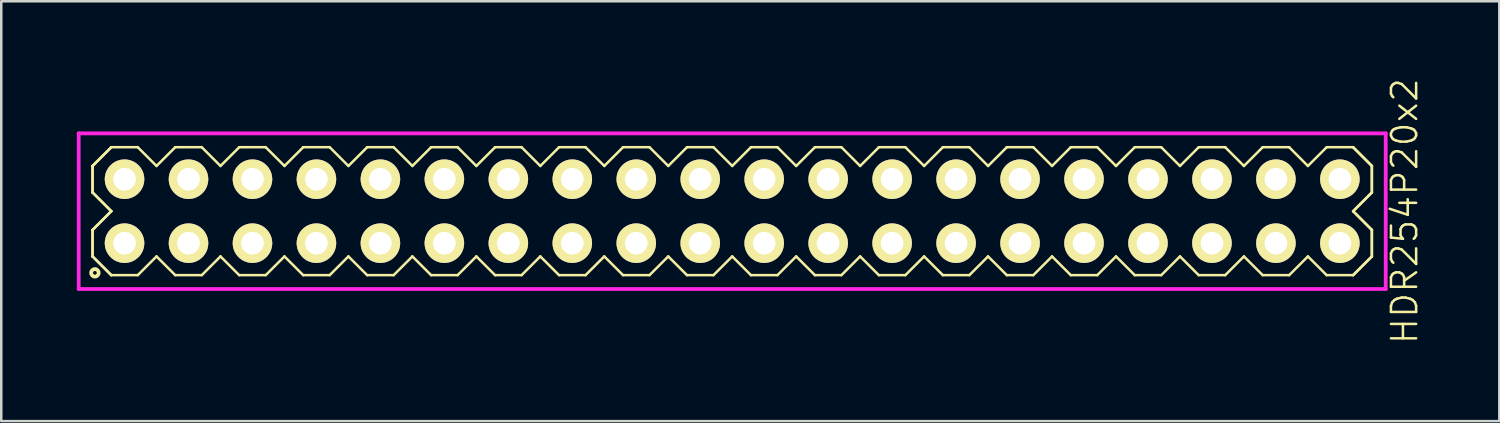
<source format=kicad_pcb>
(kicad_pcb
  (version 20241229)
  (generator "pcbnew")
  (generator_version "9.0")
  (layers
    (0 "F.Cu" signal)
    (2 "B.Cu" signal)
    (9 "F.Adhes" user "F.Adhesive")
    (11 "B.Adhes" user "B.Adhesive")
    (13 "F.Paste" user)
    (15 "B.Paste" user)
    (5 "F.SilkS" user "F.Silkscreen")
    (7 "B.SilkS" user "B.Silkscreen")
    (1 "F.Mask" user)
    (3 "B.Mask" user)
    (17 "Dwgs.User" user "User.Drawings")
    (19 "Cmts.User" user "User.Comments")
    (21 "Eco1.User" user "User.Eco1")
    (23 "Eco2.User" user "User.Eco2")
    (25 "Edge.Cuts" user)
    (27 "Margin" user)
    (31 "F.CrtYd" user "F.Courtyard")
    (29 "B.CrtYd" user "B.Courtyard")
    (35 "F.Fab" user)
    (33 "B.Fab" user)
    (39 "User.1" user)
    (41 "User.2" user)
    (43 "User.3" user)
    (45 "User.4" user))
  (footprint "HDR254P20x2"
    (layer "F.Cu")
    (at 26.025 5.336)
    (property "Reference" "HDR254P20x2" (at 26.7 0 90) (layer "F.SilkS") (effects (font (size 1 1) (thickness 0.1))))
    (attr through_hole)
    (fp_line (start -25.4 -1.796) (end -24.656 -2.54) (stroke (width 0.1) (type solid)) (layer "F.SilkS"))
    (fp_line (start -25.4 -1.796) (end -24.656 -2.54) (stroke (width 0.1) (type solid)) (layer "F.SilkS"))
    (fp_line (start -25.4 -0.744) (end -25.4 -1.796) (stroke (width 0.1) (type solid)) (layer "F.SilkS"))
    (fp_line (start -25.4 -0.744) (end -25.4 -1.796) (stroke (width 0.1) (type solid)) (layer "F.SilkS"))
    (fp_line (start -25.4 0.744) (end -24.656 0) (stroke (width 0.1) (type solid)) (layer "F.SilkS"))
    (fp_line (start -25.4 0.744) (end -24.656 0) (stroke (width 0.1) (type solid)) (layer "F.SilkS"))
    (fp_line (start -25.4 1.796) (end -25.4 0.744) (stroke (width 0.1) (type solid)) (layer "F.SilkS"))
    (fp_line (start -25.4 1.796) (end -25.4 0.744) (stroke (width 0.1) (type solid)) (layer "F.SilkS"))
    (fp_line (start -24.656 -2.54) (end -23.604 -2.54) (stroke (width 0.1) (type solid)) (layer "F.SilkS"))
    (fp_line (start -24.656 0) (end -25.4 -0.744) (stroke (width 0.1) (type solid)) (layer "F.SilkS"))
    (fp_line (start -24.656 0) (end -25.4 -0.744) (stroke (width 0.1) (type solid)) (layer "F.SilkS"))
    (fp_line (start -24.656 2.54) (end -25.4 1.796) (stroke (width 0.1) (type solid)) (layer "F.SilkS"))
    (fp_line (start -24.656 2.54) (end -25.4 1.796) (stroke (width 0.1) (type solid)) (layer "F.SilkS"))
    (fp_line (start -23.604 -2.54) (end -22.86 -1.796) (stroke (width 0.1) (type solid)) (layer "F.SilkS"))
    (fp_line (start -23.604 2.54) (end -24.656 2.54) (stroke (width 0.1) (type solid)) (layer "F.SilkS"))
    (fp_line (start -22.86 -1.796) (end -22.116 -2.54) (stroke (width 0.1) (type solid)) (layer "F.SilkS"))
    (fp_line (start -22.86 1.796) (end -23.604 2.54) (stroke (width 0.1) (type solid)) (layer "F.SilkS"))
    (fp_line (start -22.116 -2.54) (end -21.064 -2.54) (stroke (width 0.1) (type solid)) (layer "F.SilkS"))
    (fp_line (start -22.116 2.54) (end -22.86 1.796) (stroke (width 0.1) (type solid)) (layer "F.SilkS"))
    (fp_line (start -21.064 -2.54) (end -20.32 -1.796) (stroke (width 0.1) (type solid)) (layer "F.SilkS"))
    (fp_line (start -21.064 2.54) (end -22.116 2.54) (stroke (width 0.1) (type solid)) (layer "F.SilkS"))
    (fp_line (start -20.32 -1.796) (end -19.576 -2.54) (stroke (width 0.1) (type solid)) (layer "F.SilkS"))
    (fp_line (start -20.32 1.796) (end -21.064 2.54) (stroke (width 0.1) (type solid)) (layer "F.SilkS"))
    (fp_line (start -19.576 -2.54) (end -18.524 -2.54) (stroke (width 0.1) (type solid)) (layer "F.SilkS"))
    (fp_line (start -19.576 2.54) (end -20.32 1.796) (stroke (width 0.1) (type solid)) (layer "F.SilkS"))
    (fp_line (start -18.524 -2.54) (end -17.78 -1.796) (stroke (width 0.1) (type solid)) (layer "F.SilkS"))
    (fp_line (start -18.524 2.54) (end -19.576 2.54) (stroke (width 0.1) (type solid)) (layer "F.SilkS"))
    (fp_line (start -17.78 -1.796) (end -17.036 -2.54) (stroke (width 0.1) (type solid)) (layer "F.SilkS"))
    (fp_line (start -17.78 1.796) (end -18.524 2.54) (stroke (width 0.1) (type solid)) (layer "F.SilkS"))
    (fp_line (start -17.036 -2.54) (end -15.984 -2.54) (stroke (width 0.1) (type solid)) (layer "F.SilkS"))
    (fp_line (start -17.036 2.54) (end -17.78 1.796) (stroke (width 0.1) (type solid)) (layer "F.SilkS"))
    (fp_line (start -15.984 -2.54) (end -15.24 -1.796) (stroke (width 0.1) (type solid)) (layer "F.SilkS"))
    (fp_line (start -15.984 2.54) (end -17.036 2.54) (stroke (width 0.1) (type solid)) (layer "F.SilkS"))
    (fp_line (start -15.24 -1.796) (end -14.496 -2.54) (stroke (width 0.1) (type solid)) (layer "F.SilkS"))
    (fp_line (start -15.24 1.796) (end -15.984 2.54) (stroke (width 0.1) (type solid)) (layer "F.SilkS"))
    (fp_line (start -14.496 -2.54) (end -13.444 -2.54) (stroke (width 0.1) (type solid)) (layer "F.SilkS"))
    (fp_line (start -14.496 2.54) (end -15.24 1.796) (stroke (width 0.1) (type solid)) (layer "F.SilkS"))
    (fp_line (start -13.444 -2.54) (end -12.7 -1.796) (stroke (width 0.1) (type solid)) (layer "F.SilkS"))
    (fp_line (start -13.444 2.54) (end -14.496 2.54) (stroke (width 0.1) (type solid)) (layer "F.SilkS"))
    (fp_line (start -12.7 -1.796) (end -11.956 -2.54) (stroke (width 0.1) (type solid)) (layer "F.SilkS"))
    (fp_line (start -12.7 1.796) (end -13.444 2.54) (stroke (width 0.1) (type solid)) (layer "F.SilkS"))
    (fp_line (start -11.956 -2.54) (end -10.904 -2.54) (stroke (width 0.1) (type solid)) (layer "F.SilkS"))
    (fp_line (start -11.956 2.54) (end -12.7 1.796) (stroke (width 0.1) (type solid)) (layer "F.SilkS"))
    (fp_line (start -10.904 -2.54) (end -10.16 -1.796) (stroke (width 0.1) (type solid)) (layer "F.SilkS"))
    (fp_line (start -10.904 2.54) (end -11.956 2.54) (stroke (width 0.1) (type solid)) (layer "F.SilkS"))
    (fp_line (start -10.16 -1.796) (end -9.416 -2.54) (stroke (width 0.1) (type solid)) (layer "F.SilkS"))
    (fp_line (start -10.16 1.796) (end -10.904 2.54) (stroke (width 0.1) (type solid)) (layer "F.SilkS"))
    (fp_line (start -9.416 -2.54) (end -8.364 -2.54) (stroke (width 0.1) (type solid)) (layer "F.SilkS"))
    (fp_line (start -9.416 2.54) (end -10.16 1.796) (stroke (width 0.1) (type solid)) (layer "F.SilkS"))
    (fp_line (start -8.364 -2.54) (end -7.62 -1.796) (stroke (width 0.1) (type solid)) (layer "F.SilkS"))
    (fp_line (start -8.364 2.54) (end -9.416 2.54) (stroke (width 0.1) (type solid)) (layer "F.SilkS"))
    (fp_line (start -7.62 -1.796) (end -6.876 -2.54) (stroke (width 0.1) (type solid)) (layer "F.SilkS"))
    (fp_line (start -7.62 1.796) (end -8.364 2.54) (stroke (width 0.1) (type solid)) (layer "F.SilkS"))
    (fp_line (start -6.876 -2.54) (end -5.824 -2.54) (stroke (width 0.1) (type solid)) (layer "F.SilkS"))
    (fp_line (start -6.876 2.54) (end -7.62 1.796) (stroke (width 0.1) (type solid)) (layer "F.SilkS"))
    (fp_line (start -5.824 -2.54) (end -5.08 -1.796) (stroke (width 0.1) (type solid)) (layer "F.SilkS"))
    (fp_line (start -5.824 2.54) (end -6.876 2.54) (stroke (width 0.1) (type solid)) (layer "F.SilkS"))
    (fp_line (start -5.08 -1.796) (end -4.336 -2.54) (stroke (width 0.1) (type solid)) (layer "F.SilkS"))
    (fp_line (start -5.08 1.796) (end -5.824 2.54) (stroke (width 0.1) (type solid)) (layer "F.SilkS"))
    (fp_line (start -4.336 -2.54) (end -3.284 -2.54) (stroke (width 0.1) (type solid)) (layer "F.SilkS"))
    (fp_line (start -4.336 2.54) (end -5.08 1.796) (stroke (width 0.1) (type solid)) (layer "F.SilkS"))
    (fp_line (start -3.284 -2.54) (end -2.54 -1.796) (stroke (width 0.1) (type solid)) (layer "F.SilkS"))
    (fp_line (start -3.284 2.54) (end -4.336 2.54) (stroke (width 0.1) (type solid)) (layer "F.SilkS"))
    (fp_line (start -2.54 -1.796) (end -1.796 -2.54) (stroke (width 0.1) (type solid)) (layer "F.SilkS"))
    (fp_line (start -2.54 1.796) (end -3.284 2.54) (stroke (width 0.1) (type solid)) (layer "F.SilkS"))
    (fp_line (start -1.796 -2.54) (end -0.744 -2.54) (stroke (width 0.1) (type solid)) (layer "F.SilkS"))
    (fp_line (start -1.796 2.54) (end -2.54 1.796) (stroke (width 0.1) (type solid)) (layer "F.SilkS"))
    (fp_line (start -0.744 -2.54) (end 0 -1.796) (stroke (width 0.1) (type solid)) (layer "F.SilkS"))
    (fp_line (start -0.744 2.54) (end -1.796 2.54) (stroke (width 0.1) (type solid)) (layer "F.SilkS"))
    (fp_line (start 0 -1.796) (end 0.744 -2.54) (stroke (width 0.1) (type solid)) (layer "F.SilkS"))
    (fp_line (start 0 1.796) (end -0.744 2.54) (stroke (width 0.1) (type solid)) (layer "F.SilkS"))
    (fp_line (start 0.744 -2.54) (end 1.796 -2.54) (stroke (width 0.1) (type solid)) (layer "F.SilkS"))
    (fp_line (start 0.744 2.54) (end 0 1.796) (stroke (width 0.1) (type solid)) (layer "F.SilkS"))
    (fp_line (start 1.796 -2.54) (end 2.54 -1.796) (stroke (width 0.1) (type solid)) (layer "F.SilkS"))
    (fp_line (start 1.796 2.54) (end 0.744 2.54) (stroke (width 0.1) (type solid)) (layer "F.SilkS"))
    (fp_line (start 2.54 -1.796) (end 3.284 -2.54) (stroke (width 0.1) (type solid)) (layer "F.SilkS"))
    (fp_line (start 2.54 1.796) (end 1.796 2.54) (stroke (width 0.1) (type solid)) (layer "F.SilkS"))
    (fp_line (start 3.284 -2.54) (end 4.336 -2.54) (stroke (width 0.1) (type solid)) (layer "F.SilkS"))
    (fp_line (start 3.284 2.54) (end 2.54 1.796) (stroke (width 0.1) (type solid)) (layer "F.SilkS"))
    (fp_line (start 4.336 -2.54) (end 5.08 -1.796) (stroke (width 0.1) (type solid)) (layer "F.SilkS"))
    (fp_line (start 4.336 2.54) (end 3.284 2.54) (stroke (width 0.1) (type solid)) (layer "F.SilkS"))
    (fp_line (start 5.08 -1.796) (end 5.824 -2.54) (stroke (width 0.1) (type solid)) (layer "F.SilkS"))
    (fp_line (start 5.08 1.796) (end 4.336 2.54) (stroke (width 0.1) (type solid)) (layer "F.SilkS"))
    (fp_line (start 5.824 -2.54) (end 6.876 -2.54) (stroke (width 0.1) (type solid)) (layer "F.SilkS"))
    (fp_line (start 5.824 2.54) (end 5.08 1.796) (stroke (width 0.1) (type solid)) (layer "F.SilkS"))
    (fp_line (start 6.876 -2.54) (end 7.62 -1.796) (stroke (width 0.1) (type solid)) (layer "F.SilkS"))
    (fp_line (start 6.876 2.54) (end 5.824 2.54) (stroke (width 0.1) (type solid)) (layer "F.SilkS"))
    (fp_line (start 7.62 -1.796) (end 8.364 -2.54) (stroke (width 0.1) (type solid)) (layer "F.SilkS"))
    (fp_line (start 7.62 1.796) (end 6.876 2.54) (stroke (width 0.1) (type solid)) (layer "F.SilkS"))
    (fp_line (start 8.364 -2.54) (end 9.416 -2.54) (stroke (width 0.1) (type solid)) (layer "F.SilkS"))
    (fp_line (start 8.364 2.54) (end 7.62 1.796) (stroke (width 0.1) (type solid)) (layer "F.SilkS"))
    (fp_line (start 9.416 -2.54) (end 10.16 -1.796) (stroke (width 0.1) (type solid)) (layer "F.SilkS"))
    (fp_line (start 9.416 2.54) (end 8.364 2.54) (stroke (width 0.1) (type solid)) (layer "F.SilkS"))
    (fp_line (start 10.16 -1.796) (end 10.904 -2.54) (stroke (width 0.1) (type solid)) (layer "F.SilkS"))
    (fp_line (start 10.16 1.796) (end 9.416 2.54) (stroke (width 0.1) (type solid)) (layer "F.SilkS"))
    (fp_line (start 10.904 -2.54) (end 11.956 -2.54) (stroke (width 0.1) (type solid)) (layer "F.SilkS"))
    (fp_line (start 10.904 2.54) (end 10.16 1.796) (stroke (width 0.1) (type solid)) (layer "F.SilkS"))
    (fp_line (start 11.956 -2.54) (end 12.7 -1.796) (stroke (width 0.1) (type solid)) (layer "F.SilkS"))
    (fp_line (start 11.956 2.54) (end 10.904 2.54) (stroke (width 0.1) (type solid)) (layer "F.SilkS"))
    (fp_line (start 12.7 -1.796) (end 13.444 -2.54) (stroke (width 0.1) (type solid)) (layer "F.SilkS"))
    (fp_line (start 12.7 1.796) (end 11.956 2.54) (stroke (width 0.1) (type solid)) (layer "F.SilkS"))
    (fp_line (start 13.444 -2.54) (end 14.496 -2.54) (stroke (width 0.1) (type solid)) (layer "F.SilkS"))
    (fp_line (start 13.444 2.54) (end 12.7 1.796) (stroke (width 0.1) (type solid)) (layer "F.SilkS"))
    (fp_line (start 14.496 -2.54) (end 15.24 -1.796) (stroke (width 0.1) (type solid)) (layer "F.SilkS"))
    (fp_line (start 14.496 2.54) (end 13.444 2.54) (stroke (width 0.1) (type solid)) (layer "F.SilkS"))
    (fp_line (start 15.24 -1.796) (end 15.984 -2.54) (stroke (width 0.1) (type solid)) (layer "F.SilkS"))
    (fp_line (start 15.24 1.796) (end 14.496 2.54) (stroke (width 0.1) (type solid)) (layer "F.SilkS"))
    (fp_line (start 15.984 -2.54) (end 17.036 -2.54) (stroke (width 0.1) (type solid)) (layer "F.SilkS"))
    (fp_line (start 15.984 2.54) (end 15.24 1.796) (stroke (width 0.1) (type solid)) (layer "F.SilkS"))
    (fp_line (start 17.036 -2.54) (end 17.78 -1.796) (stroke (width 0.1) (type solid)) (layer "F.SilkS"))
    (fp_line (start 17.036 2.54) (end 15.984 2.54) (stroke (width 0.1) (type solid)) (layer "F.SilkS"))
    (fp_line (start 17.78 -1.796) (end 18.524 -2.54) (stroke (width 0.1) (type solid)) (layer "F.SilkS"))
    (fp_line (start 17.78 1.796) (end 17.036 2.54) (stroke (width 0.1) (type solid)) (layer "F.SilkS"))
    (fp_line (start 18.524 -2.54) (end 19.576 -2.54) (stroke (width 0.1) (type solid)) (layer "F.SilkS"))
    (fp_line (start 18.524 2.54) (end 17.78 1.796) (stroke (width 0.1) (type solid)) (layer "F.SilkS"))
    (fp_line (start 19.576 -2.54) (end 20.32 -1.796) (stroke (width 0.1) (type solid)) (layer "F.SilkS"))
    (fp_line (start 19.576 2.54) (end 18.524 2.54) (stroke (width 0.1) (type solid)) (layer "F.SilkS"))
    (fp_line (start 20.32 -1.796) (end 21.064 -2.54) (stroke (width 0.1) (type solid)) (layer "F.SilkS"))
    (fp_line (start 20.32 1.796) (end 19.576 2.54) (stroke (width 0.1) (type solid)) (layer "F.SilkS"))
    (fp_line (start 21.064 -2.54) (end 22.116 -2.54) (stroke (width 0.1) (type solid)) (layer "F.SilkS"))
    (fp_line (start 21.064 2.54) (end 20.32 1.796) (stroke (width 0.1) (type solid)) (layer "F.SilkS"))
    (fp_line (start 22.116 -2.54) (end 22.86 -1.796) (stroke (width 0.1) (type solid)) (layer "F.SilkS"))
    (fp_line (start 22.116 2.54) (end 21.064 2.54) (stroke (width 0.1) (type solid)) (layer "F.SilkS"))
    (fp_line (start 22.86 -1.796) (end 23.604 -2.54) (stroke (width 0.1) (type solid)) (layer "F.SilkS"))
    (fp_line (start 22.86 1.796) (end 22.116 2.54) (stroke (width 0.1) (type solid)) (layer "F.SilkS"))
    (fp_line (start 23.604 -2.54) (end 24.656 -2.54) (stroke (width 0.1) (type solid)) (layer "F.SilkS"))
    (fp_line (start 23.604 2.54) (end 22.86 1.796) (stroke (width 0.1) (type solid)) (layer "F.SilkS"))
    (fp_line (start 24.656 -2.54) (end 25.4 -1.796) (stroke (width 0.1) (type solid)) (layer "F.SilkS"))
    (fp_line (start 24.656 -2.54) (end 25.4 -1.796) (stroke (width 0.1) (type solid)) (layer "F.SilkS"))
    (fp_line (start 24.656 0) (end 25.4 0.744) (stroke (width 0.1) (type solid)) (layer "F.SilkS"))
    (fp_line (start 24.656 0) (end 25.4 0.744) (stroke (width 0.1) (type solid)) (layer "F.SilkS"))
    (fp_line (start 24.656 2.54) (end 23.604 2.54) (stroke (width 0.1) (type solid)) (layer "F.SilkS"))
    (fp_line (start 25.4 -1.796) (end 25.4 -0.744) (stroke (width 0.1) (type solid)) (layer "F.SilkS"))
    (fp_line (start 25.4 -1.796) (end 25.4 -0.744) (stroke (width 0.1) (type solid)) (layer "F.SilkS"))
    (fp_line (start 25.4 -0.744) (end 24.656 0) (stroke (width 0.1) (type solid)) (layer "F.SilkS"))
    (fp_line (start 25.4 -0.744) (end 24.656 0) (stroke (width 0.1) (type solid)) (layer "F.SilkS"))
    (fp_line (start 25.4 0.744) (end 25.4 1.796) (stroke (width 0.1) (type solid)) (layer "F.SilkS"))
    (fp_line (start 25.4 0.744) (end 25.4 1.796) (stroke (width 0.1) (type solid)) (layer "F.SilkS"))
    (fp_line (start 25.4 1.796) (end 24.656 2.54) (stroke (width 0.1) (type solid)) (layer "F.SilkS"))
    (fp_line (start 25.4 1.796) (end 24.656 2.54) (stroke (width 0.1) (type solid)) (layer "F.SilkS"))
    (fp_circle (center -25.307 2.448) (end -25.158 2.448) (stroke (width 0.15) (type solid)) (fill no) (layer "F.SilkS"))
    (fp_line (start -25.95 -3.09) (end -25.95 3.09) (stroke (width 0.15) (type solid)) (layer "F.CrtYd"))
    (fp_line (start -25.95 3.09) (end 25.95 3.09) (stroke (width 0.15) (type solid)) (layer "F.CrtYd"))
    (fp_line (start 25.95 -3.09) (end -25.95 -3.09) (stroke (width 0.15) (type solid)) (layer "F.CrtYd"))
    (fp_line (start 25.95 3.09) (end 25.95 -3.09) (stroke (width 0.15) (type solid)) (layer "F.CrtYd"))
    (pad "1" thru_hole oval (at -24.13 1.27) (size 1.57 1.57) (drill 0.9) (layers "*.Cu" "*.Mask" "F.SilkS"))
    (pad "2" thru_hole oval (at -24.13 -1.27) (size 1.57 1.57) (drill 0.9) (layers "*.Cu" "*.Mask" "F.SilkS"))
    (pad "3" thru_hole oval (at -21.59 1.27) (size 1.57 1.57) (drill 0.9) (layers "*.Cu" "*.Mask" "F.SilkS"))
    (pad "4" thru_hole oval (at -21.59 -1.27) (size 1.57 1.57) (drill 0.9) (layers "*.Cu" "*.Mask" "F.SilkS"))
    (pad "5" thru_hole oval (at -19.05 1.27) (size 1.57 1.57) (drill 0.9) (layers "*.Cu" "*.Mask" "F.SilkS"))
    (pad "6" thru_hole oval (at -19.05 -1.27) (size 1.57 1.57) (drill 0.9) (layers "*.Cu" "*.Mask" "F.SilkS"))
    (pad "7" thru_hole oval (at -16.51 1.27) (size 1.57 1.57) (drill 0.9) (layers "*.Cu" "*.Mask" "F.SilkS"))
    (pad "8" thru_hole oval (at -16.51 -1.27) (size 1.57 1.57) (drill 0.9) (layers "*.Cu" "*.Mask" "F.SilkS"))
    (pad "9" thru_hole oval (at -13.97 1.27) (size 1.57 1.57) (drill 0.9) (layers "*.Cu" "*.Mask" "F.SilkS"))
    (pad "10" thru_hole oval (at -13.97 -1.27) (size 1.57 1.57) (drill 0.9) (layers "*.Cu" "*.Mask" "F.SilkS"))
    (pad "11" thru_hole oval (at -11.43 1.27) (size 1.57 1.57) (drill 0.9) (layers "*.Cu" "*.Mask" "F.SilkS"))
    (pad "12" thru_hole oval (at -11.43 -1.27) (size 1.57 1.57) (drill 0.9) (layers "*.Cu" "*.Mask" "F.SilkS"))
    (pad "13" thru_hole oval (at -8.89 1.27) (size 1.57 1.57) (drill 0.9) (layers "*.Cu" "*.Mask" "F.SilkS"))
    (pad "14" thru_hole oval (at -8.89 -1.27) (size 1.57 1.57) (drill 0.9) (layers "*.Cu" "*.Mask" "F.SilkS"))
    (pad "15" thru_hole oval (at -6.35 1.27) (size 1.57 1.57) (drill 0.9) (layers "*.Cu" "*.Mask" "F.SilkS"))
    (pad "16" thru_hole oval (at -6.35 -1.27) (size 1.57 1.57) (drill 0.9) (layers "*.Cu" "*.Mask" "F.SilkS"))
    (pad "17" thru_hole oval (at -3.81 1.27) (size 1.57 1.57) (drill 0.9) (layers "*.Cu" "*.Mask" "F.SilkS"))
    (pad "18" thru_hole oval (at -3.81 -1.27) (size 1.57 1.57) (drill 0.9) (layers "*.Cu" "*.Mask" "F.SilkS"))
    (pad "19" thru_hole oval (at -1.27 1.27) (size 1.57 1.57) (drill 0.9) (layers "*.Cu" "*.Mask" "F.SilkS"))
    (pad "20" thru_hole oval (at -1.27 -1.27) (size 1.57 1.57) (drill 0.9) (layers "*.Cu" "*.Mask" "F.SilkS"))
    (pad "21" thru_hole oval (at 1.27 1.27) (size 1.57 1.57) (drill 0.9) (layers "*.Cu" "*.Mask" "F.SilkS"))
    (pad "22" thru_hole oval (at 1.27 -1.27) (size 1.57 1.57) (drill 0.9) (layers "*.Cu" "*.Mask" "F.SilkS"))
    (pad "23" thru_hole oval (at 3.81 1.27) (size 1.57 1.57) (drill 0.9) (layers "*.Cu" "*.Mask" "F.SilkS"))
    (pad "24" thru_hole oval (at 3.81 -1.27) (size 1.57 1.57) (drill 0.9) (layers "*.Cu" "*.Mask" "F.SilkS"))
    (pad "25" thru_hole oval (at 6.35 1.27) (size 1.57 1.57) (drill 0.9) (layers "*.Cu" "*.Mask" "F.SilkS"))
    (pad "26" thru_hole oval (at 6.35 -1.27) (size 1.57 1.57) (drill 0.9) (layers "*.Cu" "*.Mask" "F.SilkS"))
    (pad "27" thru_hole oval (at 8.89 1.27) (size 1.57 1.57) (drill 0.9) (layers "*.Cu" "*.Mask" "F.SilkS"))
    (pad "28" thru_hole oval (at 8.89 -1.27) (size 1.57 1.57) (drill 0.9) (layers "*.Cu" "*.Mask" "F.SilkS"))
    (pad "29" thru_hole oval (at 11.43 1.27) (size 1.57 1.57) (drill 0.9) (layers "*.Cu" "*.Mask" "F.SilkS"))
    (pad "30" thru_hole oval (at 11.43 -1.27) (size 1.57 1.57) (drill 0.9) (layers "*.Cu" "*.Mask" "F.SilkS"))
    (pad "31" thru_hole oval (at 13.97 1.27) (size 1.57 1.57) (drill 0.9) (layers "*.Cu" "*.Mask" "F.SilkS"))
    (pad "32" thru_hole oval (at 13.97 -1.27) (size 1.57 1.57) (drill 0.9) (layers "*.Cu" "*.Mask" "F.SilkS"))
    (pad "33" thru_hole oval (at 16.51 1.27) (size 1.57 1.57) (drill 0.9) (layers "*.Cu" "*.Mask" "F.SilkS"))
    (pad "34" thru_hole oval (at 16.51 -1.27) (size 1.57 1.57) (drill 0.9) (layers "*.Cu" "*.Mask" "F.SilkS"))
    (pad "35" thru_hole oval (at 19.05 1.27) (size 1.57 1.57) (drill 0.9) (layers "*.Cu" "*.Mask" "F.SilkS"))
    (pad "36" thru_hole oval (at 19.05 -1.27) (size 1.57 1.57) (drill 0.9) (layers "*.Cu" "*.Mask" "F.SilkS"))
    (pad "37" thru_hole oval (at 21.59 1.27) (size 1.57 1.57) (drill 0.9) (layers "*.Cu" "*.Mask" "F.SilkS"))
    (pad "38" thru_hole oval (at 21.59 -1.27) (size 1.57 1.57) (drill 0.9) (layers "*.Cu" "*.Mask" "F.SilkS"))
    (pad "39" thru_hole oval (at 24.13 1.27) (size 1.57 1.57) (drill 0.9) (layers "*.Cu" "*.Mask" "F.SilkS"))
    (pad "40" thru_hole oval (at 24.13 -1.27) (size 1.57 1.57) (drill 0.9) (layers "*.Cu" "*.Mask" "F.SilkS")))
  (gr_rect
    (start -3 -3)
    (end 56.486 13.671)
    (stroke (width 0.1) (type default))
    (fill no)
    (layer "Edge.Cuts")))
</source>
